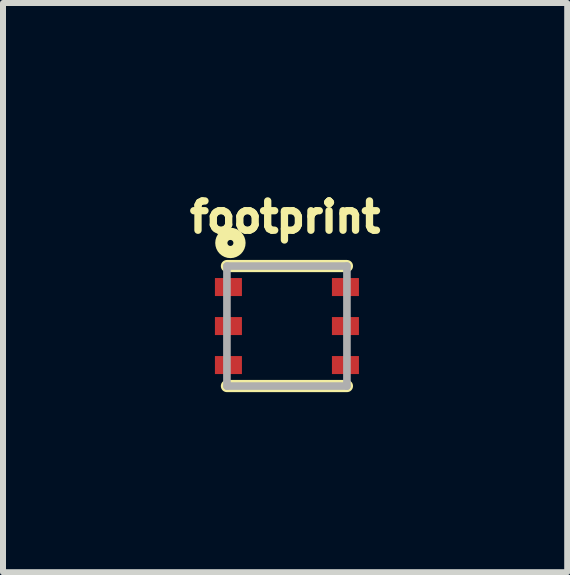
<source format=kicad_pcb>
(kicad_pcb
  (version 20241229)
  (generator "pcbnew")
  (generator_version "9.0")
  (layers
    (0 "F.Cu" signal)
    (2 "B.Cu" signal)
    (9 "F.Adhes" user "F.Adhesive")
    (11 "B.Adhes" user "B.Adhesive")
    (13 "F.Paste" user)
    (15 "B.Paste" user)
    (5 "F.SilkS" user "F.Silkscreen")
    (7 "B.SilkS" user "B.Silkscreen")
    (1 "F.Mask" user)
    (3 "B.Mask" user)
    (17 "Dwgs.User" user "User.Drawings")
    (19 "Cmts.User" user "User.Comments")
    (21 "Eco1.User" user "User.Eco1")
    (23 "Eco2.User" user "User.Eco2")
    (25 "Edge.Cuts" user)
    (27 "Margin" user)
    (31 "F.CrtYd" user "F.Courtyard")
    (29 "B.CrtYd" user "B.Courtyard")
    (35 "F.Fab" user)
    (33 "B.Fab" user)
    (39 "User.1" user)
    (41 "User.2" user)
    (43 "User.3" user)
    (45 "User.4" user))
  (footprint "footprint"
    (layer "F.Cu")
    (at 1.732 2.384)
    (property "Reference" "footprint" (at -0.03 -1.531 0) (layer "F.SilkS") (effects (font (size 0.488 0.488) (thickness 0.122)) (justify bottom)))
    (fp_line (start -1 -1) (end 1 -1) (stroke (width 0.203) (type solid)) (layer "F.SilkS"))
    (fp_line (start -1 1) (end 1 1) (stroke (width 0.203) (type solid)) (layer "F.SilkS"))
    (fp_circle (center -0.942 -1.385) (end -0.892 -1.385) (stroke (width 0.203) (type solid)) (fill no) (layer "F.SilkS"))
    (fp_line (start -1 -1) (end -1 1) (stroke (width 0.127) (type solid)) (layer "F.Fab"))
    (fp_line (start -1 1) (end 1 1) (stroke (width 0.127) (type solid)) (layer "F.Fab"))
    (fp_line (start 1 -1) (end -1 -1) (stroke (width 0.127) (type solid)) (layer "F.Fab"))
    (fp_line (start 1 1) (end 1 -1) (stroke (width 0.127) (type solid)) (layer "F.Fab"))
    (pad "1" smd rect (at -0.975 -0.65) (size 0.45 0.3) (layers "F.Cu" "F.Mask" "F.Paste"))
    (pad "2" smd rect (at -0.975 0) (size 0.45 0.3) (layers "F.Cu" "F.Mask" "F.Paste"))
    (pad "3" smd rect (at -0.975 0.65) (size 0.45 0.3) (layers "F.Cu" "F.Mask" "F.Paste"))
    (pad "4" smd rect (at 0.975 0.65) (size 0.45 0.3) (layers "F.Cu" "F.Mask" "F.Paste"))
    (pad "5" smd rect (at 0.975 0) (size 0.45 0.3) (layers "F.Cu" "F.Mask" "F.Paste"))
    (pad "6" smd rect (at 0.975 -0.65) (size 0.45 0.3) (layers "F.Cu" "F.Mask" "F.Paste")))
  (gr_rect
    (start -3 -3)
    (end 6.403 6.486)
    (stroke (width 0.1) (type default))
    (fill no)
    (layer "Edge.Cuts")))
</source>
